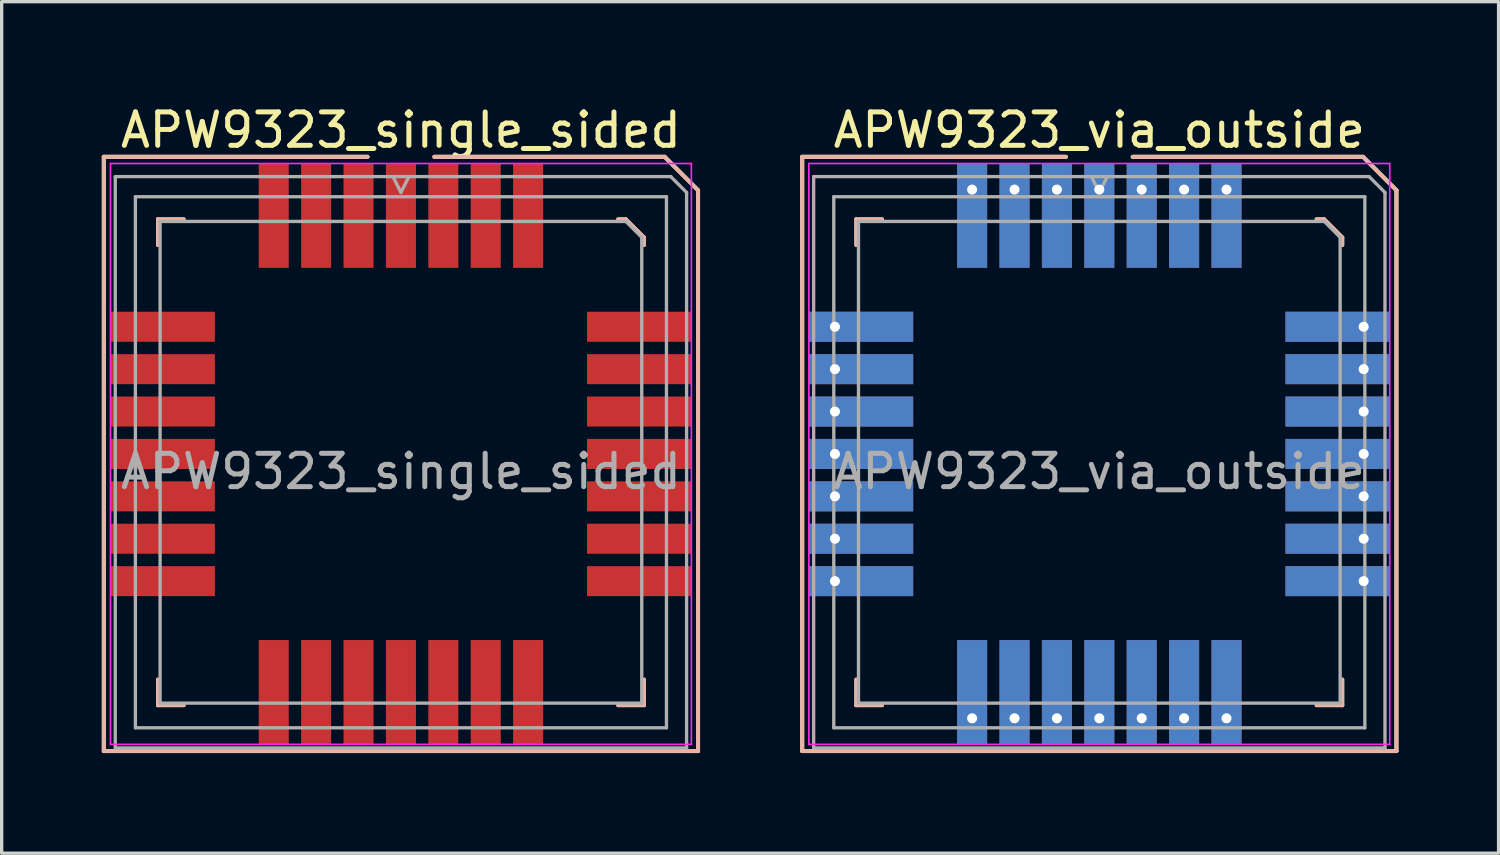
<source format=kicad_pcb>
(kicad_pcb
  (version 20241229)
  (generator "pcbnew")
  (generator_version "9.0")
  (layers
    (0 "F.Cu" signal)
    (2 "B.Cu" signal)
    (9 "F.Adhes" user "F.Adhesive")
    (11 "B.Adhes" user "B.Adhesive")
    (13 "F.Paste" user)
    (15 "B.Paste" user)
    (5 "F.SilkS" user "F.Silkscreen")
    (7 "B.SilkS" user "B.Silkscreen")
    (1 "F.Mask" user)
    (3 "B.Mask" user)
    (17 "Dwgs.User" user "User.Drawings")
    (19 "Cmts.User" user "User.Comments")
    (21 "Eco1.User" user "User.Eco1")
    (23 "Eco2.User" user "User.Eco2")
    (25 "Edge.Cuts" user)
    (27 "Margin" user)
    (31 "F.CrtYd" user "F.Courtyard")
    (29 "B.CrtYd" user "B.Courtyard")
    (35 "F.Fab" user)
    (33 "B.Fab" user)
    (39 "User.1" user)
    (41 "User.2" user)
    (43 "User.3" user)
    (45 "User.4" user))
  (footprint "APW9323_single_sided"
    (layer "F.Cu")
    (at 8.96 10.548)
    (property "Reference" "APW9323_single_sided" (at 0 -9.7 180) (layer "F.SilkS") (effects (font (size 1 1) (thickness 0.15))))
    (attr smd)
    (fp_line (start -8.9 -8.9) (end -1 -8.9) (stroke (width 0.12) (type solid)) (layer "F.SilkS"))
    (fp_line (start -8.9 8.9) (end -8.9 -8.9) (stroke (width 0.12) (type solid)) (layer "F.SilkS"))
    (fp_line (start -7.286 -7.036) (end -7.286 -6.252) (stroke (width 0.1) (type solid)) (layer "F.SilkS"))
    (fp_line (start -7.286 7.535) (end -7.286 6.751) (stroke (width 0.1) (type solid)) (layer "F.SilkS"))
    (fp_line (start -6.501 -7.036) (end -7.286 -7.036) (stroke (width 0.1) (type solid)) (layer "F.SilkS"))
    (fp_line (start -6.501 7.535) (end -7.286 7.535) (stroke (width 0.1) (type solid)) (layer "F.SilkS"))
    (fp_line (start 1 -8.9) (end 7.9 -8.9) (stroke (width 0.12) (type solid)) (layer "F.SilkS"))
    (fp_line (start 6.501 -7.036) (end 6.739 -7.036) (stroke (width 0.1) (type solid)) (layer "F.SilkS"))
    (fp_line (start 6.501 7.535) (end 7.286 7.535) (stroke (width 0.1) (type solid)) (layer "F.SilkS"))
    (fp_line (start 6.739 -7.036) (end 7.286 -6.489) (stroke (width 0.1) (type solid)) (layer "F.SilkS"))
    (fp_line (start 7.286 -6.489) (end 7.286 -6.252) (stroke (width 0.1) (type solid)) (layer "F.SilkS"))
    (fp_line (start 7.286 7.535) (end 7.286 6.751) (stroke (width 0.1) (type solid)) (layer "F.SilkS"))
    (fp_line (start 7.9 -8.9) (end 8.9 -7.9) (stroke (width 0.12) (type solid)) (layer "F.SilkS"))
    (fp_line (start 8.9 -7.9) (end 8.9 8.9) (stroke (width 0.12) (type solid)) (layer "F.SilkS"))
    (fp_line (start 8.9 8.9) (end -8.9 8.9) (stroke (width 0.12) (type solid)) (layer "F.SilkS"))
    (fp_line (start -8.9 -8.9) (end -1 -8.9) (stroke (width 0.12) (type solid)) (layer "B.SilkS"))
    (fp_line (start -8.9 8.9) (end -8.9 -8.9) (stroke (width 0.12) (type solid)) (layer "B.SilkS"))
    (fp_line (start -7.286 -7.036) (end -7.286 -6.252) (stroke (width 0.1) (type solid)) (layer "B.SilkS"))
    (fp_line (start -7.286 7.535) (end -7.286 6.751) (stroke (width 0.1) (type solid)) (layer "B.SilkS"))
    (fp_line (start -6.501 -7.036) (end -7.286 -7.036) (stroke (width 0.1) (type solid)) (layer "B.SilkS"))
    (fp_line (start -6.501 7.535) (end -7.286 7.535) (stroke (width 0.1) (type solid)) (layer "B.SilkS"))
    (fp_line (start 1 -8.9) (end 7.9 -8.9) (stroke (width 0.12) (type solid)) (layer "B.SilkS"))
    (fp_line (start 6.501 -7.036) (end 6.739 -7.036) (stroke (width 0.1) (type solid)) (layer "B.SilkS"))
    (fp_line (start 6.501 7.535) (end 7.286 7.535) (stroke (width 0.1) (type solid)) (layer "B.SilkS"))
    (fp_line (start 6.739 -7.036) (end 7.286 -6.489) (stroke (width 0.1) (type solid)) (layer "B.SilkS"))
    (fp_line (start 7.286 -6.489) (end 7.286 -6.252) (stroke (width 0.1) (type solid)) (layer "B.SilkS"))
    (fp_line (start 7.286 7.535) (end 7.286 6.751) (stroke (width 0.1) (type solid)) (layer "B.SilkS"))
    (fp_line (start 7.9 -8.9) (end 8.9 -7.9) (stroke (width 0.12) (type solid)) (layer "B.SilkS"))
    (fp_line (start 8.9 -7.9) (end 8.9 8.9) (stroke (width 0.12) (type solid)) (layer "B.SilkS"))
    (fp_line (start 8.9 8.9) (end -8.9 8.9) (stroke (width 0.12) (type solid)) (layer "B.SilkS"))
    (fp_line (start -8.7 -8.7) (end 8.7 -8.7) (stroke (width 0.05) (type solid)) (layer "F.CrtYd"))
    (fp_line (start -8.7 8.7) (end -8.7 -8.7) (stroke (width 0.05) (type solid)) (layer "F.CrtYd"))
    (fp_line (start 8.7 -8.7) (end 8.7 8.7) (stroke (width 0.05) (type solid)) (layer "F.CrtYd"))
    (fp_line (start 8.7 8.7) (end -8.7 8.7) (stroke (width 0.05) (type solid)) (layer "F.CrtYd"))
    (fp_line (start -8.557 -8.308) (end 8.082 -8.308) (stroke (width 0.1) (type solid)) (layer "F.Fab"))
    (fp_line (start -8.557 8.807) (end -8.557 -8.308) (stroke (width 0.1) (type solid)) (layer "F.Fab"))
    (fp_line (start -7.954 -7.704) (end 7.954 -7.704) (stroke (width 0.1) (type solid)) (layer "F.Fab"))
    (fp_line (start -7.954 8.203) (end -7.954 -7.704) (stroke (width 0.1) (type solid)) (layer "F.Fab"))
    (fp_line (start -7.214 -6.965) (end 6.739 -6.965) (stroke (width 0.1) (type solid)) (layer "F.Fab"))
    (fp_line (start -7.214 7.464) (end -7.214 -6.965) (stroke (width 0.1) (type solid)) (layer "F.Fab"))
    (fp_line (start 0 -7.832) (end -0.238 -8.308) (stroke (width 0.1) (type solid)) (layer "F.Fab"))
    (fp_line (start 0.238 -8.308) (end 0 -7.832) (stroke (width 0.1) (type solid)) (layer "F.Fab"))
    (fp_line (start 6.739 -6.965) (end 7.214 -6.489) (stroke (width 0.1) (type solid)) (layer "F.Fab"))
    (fp_line (start 7.214 -6.489) (end 7.214 7.464) (stroke (width 0.1) (type solid)) (layer "F.Fab"))
    (fp_line (start 7.214 7.464) (end -7.214 7.464) (stroke (width 0.1) (type solid)) (layer "F.Fab"))
    (fp_line (start 7.954 -7.704) (end 7.954 8.203) (stroke (width 0.1) (type solid)) (layer "F.Fab"))
    (fp_line (start 7.954 8.203) (end -7.954 8.203) (stroke (width 0.1) (type solid)) (layer "F.Fab"))
    (fp_line (start 8.082 -8.308) (end 8.557 -7.832) (stroke (width 0.1) (type solid)) (layer "F.Fab"))
    (fp_line (start 8.557 -7.832) (end 8.557 8.807) (stroke (width 0.1) (type solid)) (layer "F.Fab"))
    (fp_line (start 8.557 8.807) (end -8.557 8.807) (stroke (width 0.1) (type solid)) (layer "F.Fab"))
    (fp_text user "${REFERENCE}" (at 0 0.525 180) (layer "F.Fab") (effects (font (size 1 1) (thickness 0.15))))
    (pad "1" smd rect (at 0 -7.137) (size 0.9 3.125) (layers "F.Cu" "F.Mask" "F.Paste"))
    (pad "2" smd rect (at 1.27 -7.137) (size 0.9 3.125) (layers "F.Cu" "F.Mask" "F.Paste"))
    (pad "3" smd rect (at 2.54 -7.137) (size 0.9 3.125) (layers "F.Cu" "F.Mask" "F.Paste"))
    (pad "4" smd rect (at 3.81 -7.137) (size 0.9 3.125) (layers "F.Cu" "F.Mask" "F.Paste"))
    (pad "5" smd rect (at 7.137 -3.81) (size 3.125 0.9) (layers "F.Cu" "F.Mask" "F.Paste"))
    (pad "6" smd rect (at 7.137 -2.54) (size 3.125 0.9) (layers "F.Cu" "F.Mask" "F.Paste"))
    (pad "7" smd rect (at 7.137 -1.27) (size 3.125 0.9) (layers "F.Cu" "F.Mask" "F.Paste"))
    (pad "8" smd rect (at 7.137 0) (size 3.125 0.9) (layers "F.Cu" "F.Mask" "F.Paste"))
    (pad "9" smd rect (at 7.137 1.27) (size 3.125 0.9) (layers "F.Cu" "F.Mask" "F.Paste"))
    (pad "10" smd rect (at 7.137 2.54) (size 3.125 0.9) (layers "F.Cu" "F.Mask" "F.Paste"))
    (pad "11" smd rect (at 7.137 3.81) (size 3.125 0.9) (layers "F.Cu" "F.Mask" "F.Paste"))
    (pad "12" smd rect (at 3.81 7.137) (size 0.9 3.125) (layers "F.Cu" "F.Mask" "F.Paste"))
    (pad "13" smd rect (at 2.54 7.137) (size 0.9 3.125) (layers "F.Cu" "F.Mask" "F.Paste"))
    (pad "14" smd rect (at 1.27 7.137) (size 0.9 3.125) (layers "F.Cu" "F.Mask" "F.Paste"))
    (pad "15" smd rect (at 0 7.137) (size 0.9 3.125) (layers "F.Cu" "F.Mask" "F.Paste"))
    (pad "16" smd rect (at -1.27 7.137) (size 0.9 3.125) (layers "F.Cu" "F.Mask" "F.Paste"))
    (pad "17" smd rect (at -2.54 7.137) (size 0.9 3.125) (layers "F.Cu" "F.Mask" "F.Paste"))
    (pad "18" smd rect (at -3.81 7.137) (size 0.9 3.125) (layers "F.Cu" "F.Mask" "F.Paste"))
    (pad "19" smd rect (at -7.137 3.81) (size 3.125 0.9) (layers "F.Cu" "F.Mask" "F.Paste"))
    (pad "20" smd rect (at -7.137 2.54) (size 3.125 0.9) (layers "F.Cu" "F.Mask" "F.Paste"))
    (pad "21" smd rect (at -7.137 1.27) (size 3.125 0.9) (layers "F.Cu" "F.Mask" "F.Paste"))
    (pad "22" smd rect (at -7.137 0) (size 3.125 0.9) (layers "F.Cu" "F.Mask" "F.Paste"))
    (pad "23" smd rect (at -7.137 -1.27) (size 3.125 0.9) (layers "F.Cu" "F.Mask" "F.Paste"))
    (pad "24" smd rect (at -7.137 -2.54) (size 3.125 0.9) (layers "F.Cu" "F.Mask" "F.Paste"))
    (pad "25" smd rect (at -7.137 -3.81) (size 3.125 0.9) (layers "F.Cu" "F.Mask" "F.Paste"))
    (pad "26" smd rect (at -3.81 -7.137) (size 0.9 3.125) (layers "F.Cu" "F.Mask" "F.Paste"))
    (pad "27" smd rect (at -2.54 -7.137) (size 0.9 3.125) (layers "F.Cu" "F.Mask" "F.Paste"))
    (pad "28" smd rect (at -1.27 -7.137) (size 0.9 3.125) (layers "F.Cu" "F.Mask" "F.Paste")))
  (footprint "APW9323_via_outside"
    (layer "F.Cu")
    (at 29.88 10.548)
    (property "Reference" "APW9323_via_outside" (at 0 -9.7 180) (layer "F.SilkS") (effects (font (size 1 1) (thickness 0.15))))
    (attr smd)
    (fp_line (start -8.9 -8.9) (end -1 -8.9) (stroke (width 0.12) (type solid)) (layer "F.SilkS"))
    (fp_line (start -8.9 8.9) (end -8.9 -8.9) (stroke (width 0.12) (type solid)) (layer "F.SilkS"))
    (fp_line (start -7.286 -7.036) (end -7.286 -6.252) (stroke (width 0.1) (type solid)) (layer "F.SilkS"))
    (fp_line (start -7.286 7.535) (end -7.286 6.751) (stroke (width 0.1) (type solid)) (layer "F.SilkS"))
    (fp_line (start -6.501 -7.036) (end -7.286 -7.036) (stroke (width 0.1) (type solid)) (layer "F.SilkS"))
    (fp_line (start -6.501 7.535) (end -7.286 7.535) (stroke (width 0.1) (type solid)) (layer "F.SilkS"))
    (fp_line (start 1 -8.9) (end 7.9 -8.9) (stroke (width 0.12) (type solid)) (layer "F.SilkS"))
    (fp_line (start 6.501 -7.036) (end 6.739 -7.036) (stroke (width 0.1) (type solid)) (layer "F.SilkS"))
    (fp_line (start 6.501 7.535) (end 7.286 7.535) (stroke (width 0.1) (type solid)) (layer "F.SilkS"))
    (fp_line (start 6.739 -7.036) (end 7.286 -6.489) (stroke (width 0.1) (type solid)) (layer "F.SilkS"))
    (fp_line (start 7.286 -6.489) (end 7.286 -6.252) (stroke (width 0.1) (type solid)) (layer "F.SilkS"))
    (fp_line (start 7.286 7.535) (end 7.286 6.751) (stroke (width 0.1) (type solid)) (layer "F.SilkS"))
    (fp_line (start 7.9 -8.9) (end 8.9 -7.9) (stroke (width 0.12) (type solid)) (layer "F.SilkS"))
    (fp_line (start 8.9 -7.9) (end 8.9 8.9) (stroke (width 0.12) (type solid)) (layer "F.SilkS"))
    (fp_line (start 8.9 8.9) (end -8.9 8.9) (stroke (width 0.12) (type solid)) (layer "F.SilkS"))
    (fp_line (start -8.9 -8.9) (end -1 -8.9) (stroke (width 0.12) (type solid)) (layer "B.SilkS"))
    (fp_line (start -8.9 8.9) (end -8.9 -8.9) (stroke (width 0.12) (type solid)) (layer "B.SilkS"))
    (fp_line (start -7.286 -7.036) (end -7.286 -6.252) (stroke (width 0.1) (type solid)) (layer "B.SilkS"))
    (fp_line (start -7.286 7.535) (end -7.286 6.751) (stroke (width 0.1) (type solid)) (layer "B.SilkS"))
    (fp_line (start -6.501 -7.036) (end -7.286 -7.036) (stroke (width 0.1) (type solid)) (layer "B.SilkS"))
    (fp_line (start -6.501 7.535) (end -7.286 7.535) (stroke (width 0.1) (type solid)) (layer "B.SilkS"))
    (fp_line (start 1 -8.9) (end 7.9 -8.9) (stroke (width 0.12) (type solid)) (layer "B.SilkS"))
    (fp_line (start 6.501 -7.036) (end 6.739 -7.036) (stroke (width 0.1) (type solid)) (layer "B.SilkS"))
    (fp_line (start 6.501 7.535) (end 7.286 7.535) (stroke (width 0.1) (type solid)) (layer "B.SilkS"))
    (fp_line (start 6.739 -7.036) (end 7.286 -6.489) (stroke (width 0.1) (type solid)) (layer "B.SilkS"))
    (fp_line (start 7.286 -6.489) (end 7.286 -6.252) (stroke (width 0.1) (type solid)) (layer "B.SilkS"))
    (fp_line (start 7.286 7.535) (end 7.286 6.751) (stroke (width 0.1) (type solid)) (layer "B.SilkS"))
    (fp_line (start 7.9 -8.9) (end 8.9 -7.9) (stroke (width 0.12) (type solid)) (layer "B.SilkS"))
    (fp_line (start 8.9 -7.9) (end 8.9 8.9) (stroke (width 0.12) (type solid)) (layer "B.SilkS"))
    (fp_line (start 8.9 8.9) (end -8.9 8.9) (stroke (width 0.12) (type solid)) (layer "B.SilkS"))
    (fp_line (start -8.7 -8.7) (end 8.7 -8.7) (stroke (width 0.05) (type solid)) (layer "F.CrtYd"))
    (fp_line (start -8.7 8.7) (end -8.7 -8.7) (stroke (width 0.05) (type solid)) (layer "F.CrtYd"))
    (fp_line (start 8.7 -8.7) (end 8.7 8.7) (stroke (width 0.05) (type solid)) (layer "F.CrtYd"))
    (fp_line (start 8.7 8.7) (end -8.7 8.7) (stroke (width 0.05) (type solid)) (layer "F.CrtYd"))
    (fp_line (start -8.557 -8.308) (end 8.082 -8.308) (stroke (width 0.1) (type solid)) (layer "F.Fab"))
    (fp_line (start -8.557 8.807) (end -8.557 -8.308) (stroke (width 0.1) (type solid)) (layer "F.Fab"))
    (fp_line (start -7.954 -7.704) (end 7.954 -7.704) (stroke (width 0.1) (type solid)) (layer "F.Fab"))
    (fp_line (start -7.954 8.203) (end -7.954 -7.704) (stroke (width 0.1) (type solid)) (layer "F.Fab"))
    (fp_line (start -7.214 -6.965) (end 6.739 -6.965) (stroke (width 0.1) (type solid)) (layer "F.Fab"))
    (fp_line (start -7.214 7.464) (end -7.214 -6.965) (stroke (width 0.1) (type solid)) (layer "F.Fab"))
    (fp_line (start 0 -7.832) (end -0.238 -8.308) (stroke (width 0.1) (type solid)) (layer "F.Fab"))
    (fp_line (start 0.238 -8.308) (end 0 -7.832) (stroke (width 0.1) (type solid)) (layer "F.Fab"))
    (fp_line (start 6.739 -6.965) (end 7.214 -6.489) (stroke (width 0.1) (type solid)) (layer "F.Fab"))
    (fp_line (start 7.214 -6.489) (end 7.214 7.464) (stroke (width 0.1) (type solid)) (layer "F.Fab"))
    (fp_line (start 7.214 7.464) (end -7.214 7.464) (stroke (width 0.1) (type solid)) (layer "F.Fab"))
    (fp_line (start 7.954 -7.704) (end 7.954 8.203) (stroke (width 0.1) (type solid)) (layer "F.Fab"))
    (fp_line (start 7.954 8.203) (end -7.954 8.203) (stroke (width 0.1) (type solid)) (layer "F.Fab"))
    (fp_line (start 8.082 -8.308) (end 8.557 -7.832) (stroke (width 0.1) (type solid)) (layer "F.Fab"))
    (fp_line (start 8.557 -7.832) (end 8.557 8.807) (stroke (width 0.1) (type solid)) (layer "F.Fab"))
    (fp_line (start 8.557 8.807) (end -8.557 8.807) (stroke (width 0.1) (type solid)) (layer "F.Fab"))
    (fp_text user "${REFERENCE}" (at 0 0.525 180) (layer "F.Fab") (effects (font (size 1 1) (thickness 0.15))))
    (pad "1" thru_hole rect (at 0 -7.919) (size 0.9 3.125) (drill 0.3 (offset 0 0.781)) (layers "*.Cu" "*.Mask"))
    (pad "2" thru_hole rect (at 1.27 -7.919) (size 0.9 3.125) (drill 0.3 (offset 0 0.781)) (layers "*.Cu" "*.Mask"))
    (pad "3" thru_hole rect (at 2.54 -7.919) (size 0.9 3.125) (drill 0.3 (offset 0 0.781)) (layers "*.Cu" "*.Mask"))
    (pad "4" thru_hole rect (at 3.81 -7.919) (size 0.9 3.125) (drill 0.3 (offset 0 0.781)) (layers "*.Cu" "*.Mask"))
    (pad "5" thru_hole rect (at 7.919 -3.81) (size 3.125 0.9) (drill 0.3 (offset -0.781 0)) (layers "*.Cu" "*.Mask"))
    (pad "6" thru_hole rect (at 7.919 -2.54) (size 3.125 0.9) (drill 0.3 (offset -0.781 0)) (layers "*.Cu" "*.Mask"))
    (pad "7" thru_hole rect (at 7.919 -1.27) (size 3.125 0.9) (drill 0.3 (offset -0.781 0)) (layers "*.Cu" "*.Mask"))
    (pad "8" thru_hole rect (at 7.919 0) (size 3.125 0.9) (drill 0.3 (offset -0.781 0)) (layers "*.Cu" "*.Mask"))
    (pad "9" thru_hole rect (at 7.919 1.27) (size 3.125 0.9) (drill 0.3 (offset -0.781 0)) (layers "*.Cu" "*.Mask"))
    (pad "10" thru_hole rect (at 7.919 2.54) (size 3.125 0.9) (drill 0.3 (offset -0.781 0)) (layers "*.Cu" "*.Mask"))
    (pad "11" thru_hole rect (at 7.919 3.81) (size 3.125 0.9) (drill 0.3 (offset -0.781 0)) (layers "*.Cu" "*.Mask"))
    (pad "12" thru_hole rect (at 3.81 7.919) (size 0.9 3.125) (drill 0.3 (offset 0 -0.781)) (layers "*.Cu" "*.Mask"))
    (pad "13" thru_hole rect (at 2.54 7.919) (size 0.9 3.125) (drill 0.3 (offset 0 -0.781)) (layers "*.Cu" "*.Mask"))
    (pad "14" thru_hole rect (at 1.27 7.919) (size 0.9 3.125) (drill 0.3 (offset 0 -0.781)) (layers "*.Cu" "*.Mask"))
    (pad "15" thru_hole rect (at 0 7.919) (size 0.9 3.125) (drill 0.3 (offset 0 -0.781)) (layers "*.Cu" "*.Mask"))
    (pad "16" thru_hole rect (at -1.27 7.919) (size 0.9 3.125) (drill 0.3 (offset 0 -0.781)) (layers "*.Cu" "*.Mask"))
    (pad "17" thru_hole rect (at -2.54 7.919) (size 0.9 3.125) (drill 0.3 (offset 0 -0.781)) (layers "*.Cu" "*.Mask"))
    (pad "18" thru_hole rect (at -3.81 7.919) (size 0.9 3.125) (drill 0.3 (offset 0 -0.781)) (layers "*.Cu" "*.Mask"))
    (pad "19" thru_hole rect (at -7.919 3.81) (size 3.125 0.9) (drill 0.3 (offset 0.781 0)) (layers "*.Cu" "*.Mask"))
    (pad "20" thru_hole rect (at -7.919 2.54) (size 3.125 0.9) (drill 0.3 (offset 0.781 0)) (layers "*.Cu" "*.Mask"))
    (pad "21" thru_hole rect (at -7.919 1.27) (size 3.125 0.9) (drill 0.3 (offset 0.781 0)) (layers "*.Cu" "*.Mask"))
    (pad "22" thru_hole rect (at -7.919 0) (size 3.125 0.9) (drill 0.3 (offset 0.781 0)) (layers "*.Cu" "*.Mask"))
    (pad "23" thru_hole rect (at -7.919 -1.27) (size 3.125 0.9) (drill 0.3 (offset 0.781 0)) (layers "*.Cu" "*.Mask"))
    (pad "24" thru_hole rect (at -7.919 -2.54) (size 3.125 0.9) (drill 0.3 (offset 0.781 0)) (layers "*.Cu" "*.Mask"))
    (pad "25" thru_hole rect (at -7.919 -3.81) (size 3.125 0.9) (drill 0.3 (offset 0.781 0)) (layers "*.Cu" "*.Mask"))
    (pad "26" thru_hole rect (at -3.81 -7.919) (size 0.9 3.125) (drill 0.3 (offset 0 0.781)) (layers "*.Cu" "*.Mask"))
    (pad "27" thru_hole rect (at -2.54 -7.919) (size 0.9 3.125) (drill 0.3 (offset 0 0.781)) (layers "*.Cu" "*.Mask"))
    (pad "28" thru_hole rect (at -1.27 -7.919) (size 0.9 3.125) (drill 0.3 (offset 0 0.781)) (layers "*.Cu" "*.Mask")))
  (gr_rect
    (start -3 -3)
    (end 41.84 22.508)
    (stroke (width 0.1) (type default))
    (fill no)
    (layer "Edge.Cuts")))
</source>
